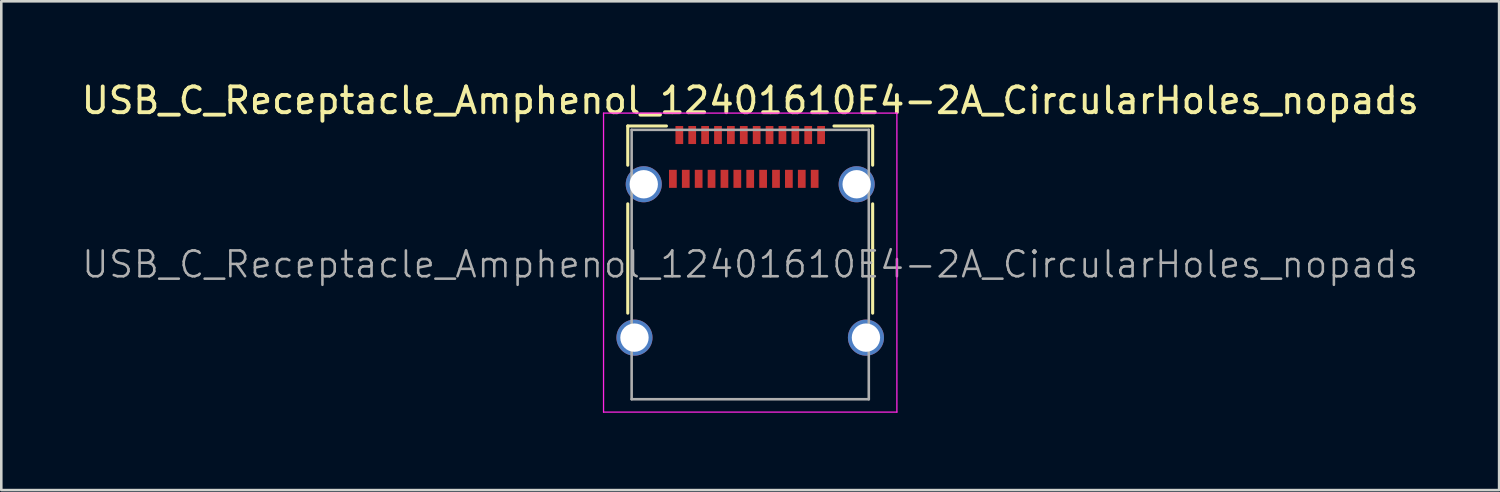
<source format=kicad_pcb>
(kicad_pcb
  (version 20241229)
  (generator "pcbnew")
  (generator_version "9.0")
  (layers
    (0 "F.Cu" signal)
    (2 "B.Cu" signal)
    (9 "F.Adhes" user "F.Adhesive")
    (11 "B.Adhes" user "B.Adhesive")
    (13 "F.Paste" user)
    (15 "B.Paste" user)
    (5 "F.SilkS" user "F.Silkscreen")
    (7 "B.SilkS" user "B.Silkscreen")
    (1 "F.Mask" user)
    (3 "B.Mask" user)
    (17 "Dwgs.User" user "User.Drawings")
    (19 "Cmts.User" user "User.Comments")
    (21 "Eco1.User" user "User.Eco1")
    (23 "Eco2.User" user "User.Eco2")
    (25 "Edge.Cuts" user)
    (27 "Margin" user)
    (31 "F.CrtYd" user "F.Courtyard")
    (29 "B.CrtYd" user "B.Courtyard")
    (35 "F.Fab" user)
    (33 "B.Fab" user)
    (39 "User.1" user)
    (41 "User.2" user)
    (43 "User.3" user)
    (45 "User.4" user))
  (footprint "USB_C_Receptacle_Amphenol_12401610E4-2A_CircularHoles_nopads"
    (layer "F.Cu")
    (at 26.054 7.208)
    (property "Reference" "USB_C_Receptacle_Amphenol_12401610E4-2A_CircularHoles_nopads" (at 0 -6.36 0) (layer "F.SilkS") (effects (font (size 1 1) (thickness 0.15))))
    (attr smd)
    (fp_line (start -4.75 -5.37) (end -4.75 -3.85) (stroke (width 0.12) (type solid)) (layer "F.SilkS"))
    (fp_line (start -4.75 -5.37) (end -3.25 -5.37) (stroke (width 0.12) (type solid)) (layer "F.SilkS"))
    (fp_line (start -4.75 -2.35) (end -4.75 1.89) (stroke (width 0.12) (type solid)) (layer "F.SilkS"))
    (fp_line (start 3.25 -5.37) (end 4.75 -5.37) (stroke (width 0.12) (type solid)) (layer "F.SilkS"))
    (fp_line (start 4.75 -5.37) (end 4.75 -3.85) (stroke (width 0.12) (type solid)) (layer "F.SilkS"))
    (fp_line (start 4.75 -2.35) (end 4.75 1.89) (stroke (width 0.12) (type solid)) (layer "F.SilkS"))
    (fp_line (start -5.69 -5.87) (end 5.69 -5.87) (stroke (width 0.05) (type solid)) (layer "F.CrtYd"))
    (fp_line (start -5.69 5.73) (end -5.69 -5.87) (stroke (width 0.05) (type solid)) (layer "F.CrtYd"))
    (fp_line (start 5.69 -5.87) (end 5.69 5.73) (stroke (width 0.05) (type solid)) (layer "F.CrtYd"))
    (fp_line (start 5.69 5.73) (end -5.69 5.73) (stroke (width 0.05) (type solid)) (layer "F.CrtYd"))
    (fp_line (start -4.6 -5.22) (end 4.6 -5.22) (stroke (width 0.1) (type solid)) (layer "F.Fab"))
    (fp_line (start -4.6 5.23) (end -4.6 -5.22) (stroke (width 0.1) (type solid)) (layer "F.Fab"))
    (fp_line (start -4.6 5.23) (end 4.6 5.23) (stroke (width 0.1) (type solid)) (layer "F.Fab"))
    (fp_line (start 4.6 5.23) (end 4.6 -5.22) (stroke (width 0.1) (type solid)) (layer "F.Fab"))
    (fp_text user "${REFERENCE}" (at 0 0 0) (layer "F.Fab") (effects (font (size 1 1) (thickness 0.1))))
    (pad "A1" smd rect (at -2.75 -5.02) (size 0.3 0.7) (layers "F.Cu" "F.Mask" "F.Paste"))
    (pad "A2" smd rect (at -2.25 -5.02) (size 0.3 0.7) (layers "F.Cu" "F.Mask" "F.Paste"))
    (pad "A3" smd rect (at -1.75 -5.02) (size 0.3 0.7) (layers "F.Cu" "F.Mask" "F.Paste"))
    (pad "A4" smd rect (at -1.25 -5.02) (size 0.3 0.7) (layers "F.Cu" "F.Mask" "F.Paste"))
    (pad "A5" smd rect (at -0.75 -5.02) (size 0.3 0.7) (layers "F.Cu" "F.Mask" "F.Paste"))
    (pad "A6" smd rect (at -0.25 -5.02) (size 0.3 0.7) (layers "F.Cu" "F.Mask" "F.Paste"))
    (pad "A7" smd rect (at 0.25 -5.02) (size 0.3 0.7) (layers "F.Cu" "F.Mask" "F.Paste"))
    (pad "A8" smd rect (at 0.75 -5.02) (size 0.3 0.7) (layers "F.Cu" "F.Mask" "F.Paste"))
    (pad "A9" smd rect (at 1.25 -5.02) (size 0.3 0.7) (layers "F.Cu" "F.Mask" "F.Paste"))
    (pad "A10" smd rect (at 1.75 -5.02) (size 0.3 0.7) (layers "F.Cu" "F.Mask" "F.Paste"))
    (pad "A11" smd rect (at 2.25 -5.02) (size 0.3 0.7) (layers "F.Cu" "F.Mask" "F.Paste"))
    (pad "A12" smd rect (at 2.75 -5.02) (size 0.3 0.7) (layers "F.Cu" "F.Mask" "F.Paste"))
    (pad "B1" smd rect (at 2.5 -3.32) (size 0.3 0.7) (layers "F.Cu" "F.Mask" "F.Paste"))
    (pad "B2" smd rect (at 2 -3.32) (size 0.3 0.7) (layers "F.Cu" "F.Mask" "F.Paste"))
    (pad "B3" smd rect (at 1.5 -3.32) (size 0.3 0.7) (layers "F.Cu" "F.Mask" "F.Paste"))
    (pad "B4" smd rect (at 1 -3.32) (size 0.3 0.7) (layers "F.Cu" "F.Mask" "F.Paste"))
    (pad "B5" smd rect (at 0.5 -3.32) (size 0.3 0.7) (layers "F.Cu" "F.Mask" "F.Paste"))
    (pad "B6" smd rect (at 0 -3.32) (size 0.3 0.7) (layers "F.Cu" "F.Mask" "F.Paste"))
    (pad "B7" smd rect (at -0.5 -3.32) (size 0.3 0.7) (layers "F.Cu" "F.Mask" "F.Paste"))
    (pad "B8" smd rect (at -1 -3.32) (size 0.3 0.7) (layers "F.Cu" "F.Mask" "F.Paste"))
    (pad "B9" smd rect (at -1.5 -3.32) (size 0.3 0.7) (layers "F.Cu" "F.Mask" "F.Paste"))
    (pad "B10" smd rect (at -2 -3.32) (size 0.3 0.7) (layers "F.Cu" "F.Mask" "F.Paste"))
    (pad "B11" smd rect (at -2.5 -3.32) (size 0.3 0.7) (layers "F.Cu" "F.Mask" "F.Paste"))
    (pad "B12" smd rect (at -3 -3.32) (size 0.3 0.7) (layers "F.Cu" "F.Mask" "F.Paste"))
    (pad "S1" thru_hole circle (at -4.49 2.84) (size 1.4 1.4) (drill 1.1) (layers "*.Cu" "*.Mask"))
    (pad "S1" thru_hole circle (at -4.13 -3.11) (size 1.4 1.4) (drill 1.1) (layers "*.Cu" "*.Mask"))
    (pad "S1" thru_hole circle (at 4.13 -3.11) (size 1.4 1.4) (drill 1.1) (layers "*.Cu" "*.Mask"))
    (pad "S1" thru_hole circle (at 4.49 2.84) (size 1.4 1.4) (drill 1.1) (layers "*.Cu" "*.Mask")))
  (gr_rect
    (start -3 -3)
    (end 55.107 15.963)
    (stroke (width 0.1) (type default))
    (fill no)
    (layer "Edge.Cuts")))
</source>
